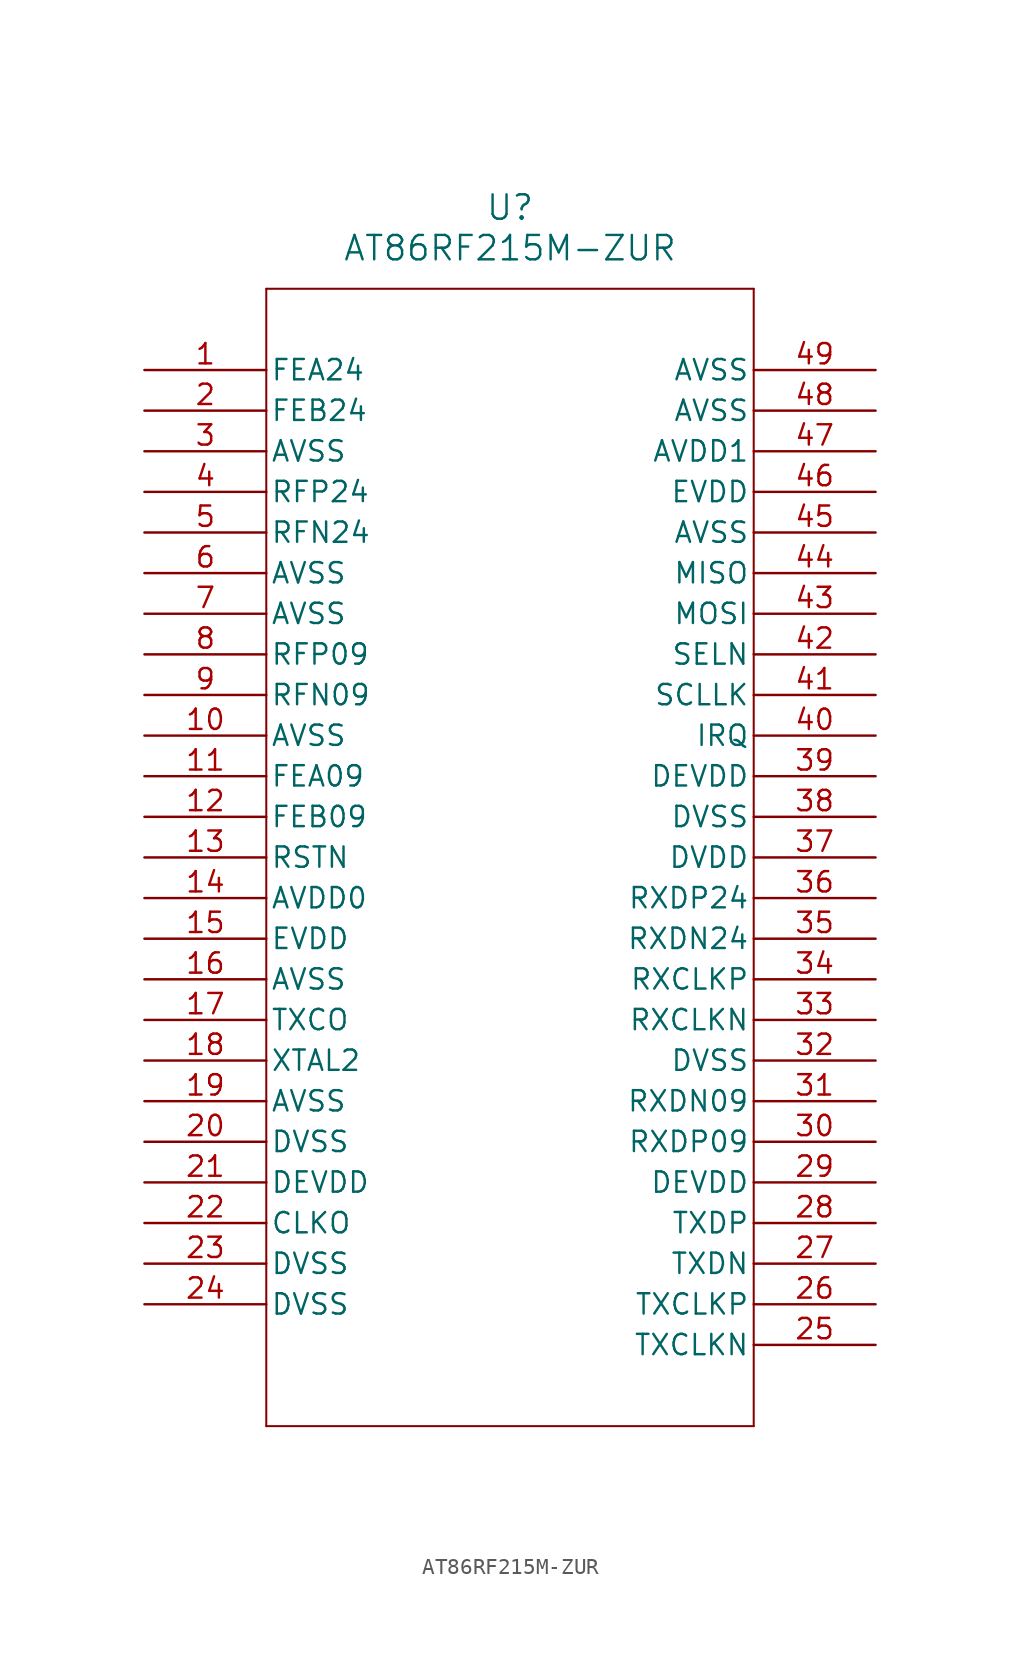
<source format=kicad_sym>
(kicad_symbol_lib
  (version 20211014)
  (generator kicad_symbol_editor)
  (symbol "AT86RF215M-ZUR"
    (pin_names
      (offset 0.254))
    (property "Reference" "U"
      (at 22.86 10.16 0)
      (effects (font (size 1.524 1.524))))
    (property "Value" "AT86RF215M-ZUR"
      (at 22.86 7.62 0)
      (effects (font (size 1.524 1.524))))
    (symbol "AT86RF215M-ZUR_0_1"
      (polyline (pts (xy 7.62 5.08) (xy 7.62 -66.04)) (stroke (width 0.127) (type default) (color 0 0 0 0)) (fill (type none)))
      (polyline (pts (xy 7.62 -66.04) (xy 38.1 -66.04)) (stroke (width 0.127) (type default) (color 0 0 0 0)) (fill (type none)))
      (polyline (pts (xy 38.1 -66.04) (xy 38.1 5.08)) (stroke (width 0.127) (type default) (color 0 0 0 0)) (fill (type none)))
      (polyline (pts (xy 38.1 5.08) (xy 7.62 5.08)) (stroke (width 0.127) (type default) (color 0 0 0 0)) (fill (type none)))
      (pin bidirectional line (at 0 0 0) (length 7.62) (name "FEA24" (effects (font (size 1.27 1.27)))) (number "1" (effects (font (size 1.27 1.27)))))
      (pin bidirectional line (at 0 -2.54 0) (length 7.62) (name "FEB24" (effects (font (size 1.27 1.27)))) (number "2" (effects (font (size 1.27 1.27)))))
      (pin power_out line (at 0 -5.08 0) (length 7.62) (name "AVSS" (effects (font (size 1.27 1.27)))) (number "3" (effects (font (size 1.27 1.27)))))
      (pin bidirectional line (at 0 -7.62 0) (length 7.62) (name "RFP24" (effects (font (size 1.27 1.27)))) (number "4" (effects (font (size 1.27 1.27)))))
      (pin bidirectional line (at 0 -10.16 0) (length 7.62) (name "RFN24" (effects (font (size 1.27 1.27)))) (number "5" (effects (font (size 1.27 1.27)))))
      (pin power_out line (at 0 -12.7 0) (length 7.62) (name "AVSS" (effects (font (size 1.27 1.27)))) (number "6" (effects (font (size 1.27 1.27)))))
      (pin power_out line (at 0 -15.24 0) (length 7.62) (name "AVSS" (effects (font (size 1.27 1.27)))) (number "7" (effects (font (size 1.27 1.27)))))
      (pin bidirectional line (at 0 -17.78 0) (length 7.62) (name "RFP09" (effects (font (size 1.27 1.27)))) (number "8" (effects (font (size 1.27 1.27)))))
      (pin bidirectional line (at 0 -20.32 0) (length 7.62) (name "RFN09" (effects (font (size 1.27 1.27)))) (number "9" (effects (font (size 1.27 1.27)))))
      (pin power_out line (at 0 -22.86 0) (length 7.62) (name "AVSS" (effects (font (size 1.27 1.27)))) (number "10" (effects (font (size 1.27 1.27)))))
      (pin output line (at 0 -25.4 0) (length 7.62) (name "FEA09" (effects (font (size 1.27 1.27)))) (number "11" (effects (font (size 1.27 1.27)))))
      (pin output line (at 0 -27.94 0) (length 7.62) (name "FEB09" (effects (font (size 1.27 1.27)))) (number "12" (effects (font (size 1.27 1.27)))))
      (pin input line (at 0 -30.48 0) (length 7.62) (name "RSTN" (effects (font (size 1.27 1.27)))) (number "13" (effects (font (size 1.27 1.27)))))
      (pin power_in line (at 0 -33.02 0) (length 7.62) (name "AVDD0" (effects (font (size 1.27 1.27)))) (number "14" (effects (font (size 1.27 1.27)))))
      (pin power_in line (at 0 -35.56 0) (length 7.62) (name "EVDD" (effects (font (size 1.27 1.27)))) (number "15" (effects (font (size 1.27 1.27)))))
      (pin power_out line (at 0 -38.1 0) (length 7.62) (name "AVSS" (effects (font (size 1.27 1.27)))) (number "16" (effects (font (size 1.27 1.27)))))
      (pin input line (at 0 -40.64 0) (length 7.62) (name "TXCO" (effects (font (size 1.27 1.27)))) (number "17" (effects (font (size 1.27 1.27)))))
      (pin output line (at 0 -43.18 0) (length 7.62) (name "XTAL2" (effects (font (size 1.27 1.27)))) (number "18" (effects (font (size 1.27 1.27)))))
      (pin power_out line (at 0 -45.72 0) (length 7.62) (name "AVSS" (effects (font (size 1.27 1.27)))) (number "19" (effects (font (size 1.27 1.27)))))
      (pin power_out line (at 0 -48.26 0) (length 7.62) (name "DVSS" (effects (font (size 1.27 1.27)))) (number "20" (effects (font (size 1.27 1.27)))))
      (pin power_in line (at 0 -50.8 0) (length 7.62) (name "DEVDD" (effects (font (size 1.27 1.27)))) (number "21" (effects (font (size 1.27 1.27)))))
      (pin output line (at 0 -53.34 0) (length 7.62) (name "CLKO" (effects (font (size 1.27 1.27)))) (number "22" (effects (font (size 1.27 1.27)))))
      (pin power_out line (at 0 -55.88 0) (length 7.62) (name "DVSS" (effects (font (size 1.27 1.27)))) (number "23" (effects (font (size 1.27 1.27)))))
      (pin power_out line (at 0 -58.42 0) (length 7.62) (name "DVSS" (effects (font (size 1.27 1.27)))) (number "24" (effects (font (size 1.27 1.27)))))
      (pin input line (at 45.72 -60.96 180) (length 7.62) (name "TXCLKN" (effects (font (size 1.27 1.27)))) (number "25" (effects (font (size 1.27 1.27)))))
      (pin input line (at 45.72 -58.42 180) (length 7.62) (name "TXCLKP" (effects (font (size 1.27 1.27)))) (number "26" (effects (font (size 1.27 1.27)))))
      (pin input line (at 45.72 -55.88 180) (length 7.62) (name "TXDN" (effects (font (size 1.27 1.27)))) (number "27" (effects (font (size 1.27 1.27)))))
      (pin input line (at 45.72 -53.34 180) (length 7.62) (name "TXDP" (effects (font (size 1.27 1.27)))) (number "28" (effects (font (size 1.27 1.27)))))
      (pin power_in line (at 45.72 -50.8 180) (length 7.62) (name "DEVDD" (effects (font (size 1.27 1.27)))) (number "29" (effects (font (size 1.27 1.27)))))
      (pin output line (at 45.72 -48.26 180) (length 7.62) (name "RXDP09" (effects (font (size 1.27 1.27)))) (number "30" (effects (font (size 1.27 1.27)))))
      (pin output line (at 45.72 -45.72 180) (length 7.62) (name "RXDN09" (effects (font (size 1.27 1.27)))) (number "31" (effects (font (size 1.27 1.27)))))
      (pin power_out line (at 45.72 -43.18 180) (length 7.62) (name "DVSS" (effects (font (size 1.27 1.27)))) (number "32" (effects (font (size 1.27 1.27)))))
      (pin output line (at 45.72 -40.64 180) (length 7.62) (name "RXCLKN" (effects (font (size 1.27 1.27)))) (number "33" (effects (font (size 1.27 1.27)))))
      (pin output line (at 45.72 -38.1 180) (length 7.62) (name "RXCLKP" (effects (font (size 1.27 1.27)))) (number "34" (effects (font (size 1.27 1.27)))))
      (pin output line (at 45.72 -35.56 180) (length 7.62) (name "RXDN24" (effects (font (size 1.27 1.27)))) (number "35" (effects (font (size 1.27 1.27)))))
      (pin output line (at 45.72 -33.02 180) (length 7.62) (name "RXDP24" (effects (font (size 1.27 1.27)))) (number "36" (effects (font (size 1.27 1.27)))))
      (pin power_in line (at 45.72 -30.48 180) (length 7.62) (name "DVDD" (effects (font (size 1.27 1.27)))) (number "37" (effects (font (size 1.27 1.27)))))
      (pin power_out line (at 45.72 -27.94 180) (length 7.62) (name "DVSS" (effects (font (size 1.27 1.27)))) (number "38" (effects (font (size 1.27 1.27)))))
      (pin power_in line (at 45.72 -25.4 180) (length 7.62) (name "DEVDD" (effects (font (size 1.27 1.27)))) (number "39" (effects (font (size 1.27 1.27)))))
      (pin output line (at 45.72 -22.86 180) (length 7.62) (name "IRQ" (effects (font (size 1.27 1.27)))) (number "40" (effects (font (size 1.27 1.27)))))
      (pin input line (at 45.72 -20.32 180) (length 7.62) (name "SCLLK" (effects (font (size 1.27 1.27)))) (number "41" (effects (font (size 1.27 1.27)))))
      (pin input line (at 45.72 -17.78 180) (length 7.62) (name "SELN" (effects (font (size 1.27 1.27)))) (number "42" (effects (font (size 1.27 1.27)))))
      (pin input line (at 45.72 -15.24 180) (length 7.62) (name "MOSI" (effects (font (size 1.27 1.27)))) (number "43" (effects (font (size 1.27 1.27)))))
      (pin output line (at 45.72 -12.7 180) (length 7.62) (name "MISO" (effects (font (size 1.27 1.27)))) (number "44" (effects (font (size 1.27 1.27)))))
      (pin power_out line (at 45.72 -10.16 180) (length 7.62) (name "AVSS" (effects (font (size 1.27 1.27)))) (number "45" (effects (font (size 1.27 1.27)))))
      (pin power_in line (at 45.72 -7.62 180) (length 7.62) (name "EVDD" (effects (font (size 1.27 1.27)))) (number "46" (effects (font (size 1.27 1.27)))))
      (pin power_in line (at 45.72 -5.08 180) (length 7.62) (name "AVDD1" (effects (font (size 1.27 1.27)))) (number "47" (effects (font (size 1.27 1.27)))))
      (pin power_out line (at 45.72 -2.54 180) (length 7.62) (name "AVSS" (effects (font (size 1.27 1.27)))) (number "48" (effects (font (size 1.27 1.27)))))
      (pin power_out line (at 45.72 0 180) (length 7.62) (name "AVSS" (effects (font (size 1.27 1.27)))) (number "49" (effects (font (size 1.27 1.27))))))))
</source>
